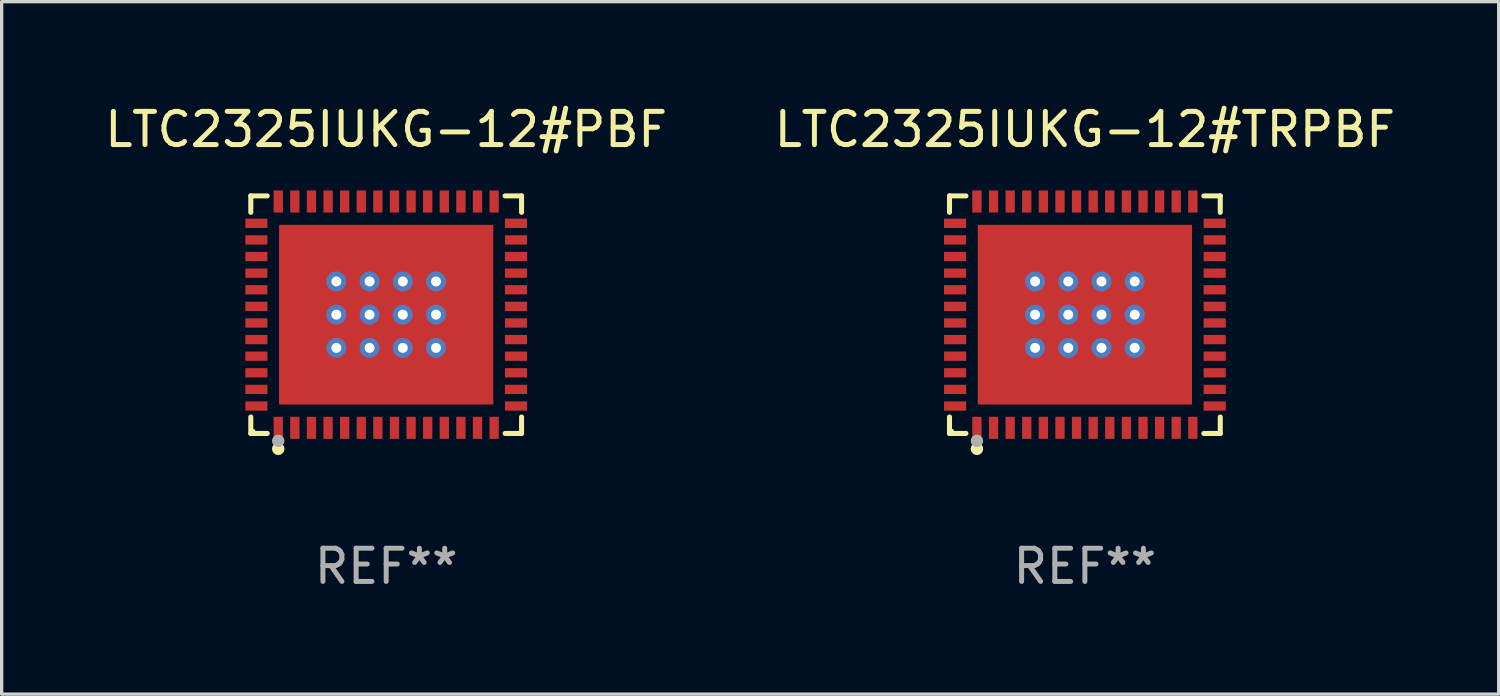
<source format=kicad_pcb>
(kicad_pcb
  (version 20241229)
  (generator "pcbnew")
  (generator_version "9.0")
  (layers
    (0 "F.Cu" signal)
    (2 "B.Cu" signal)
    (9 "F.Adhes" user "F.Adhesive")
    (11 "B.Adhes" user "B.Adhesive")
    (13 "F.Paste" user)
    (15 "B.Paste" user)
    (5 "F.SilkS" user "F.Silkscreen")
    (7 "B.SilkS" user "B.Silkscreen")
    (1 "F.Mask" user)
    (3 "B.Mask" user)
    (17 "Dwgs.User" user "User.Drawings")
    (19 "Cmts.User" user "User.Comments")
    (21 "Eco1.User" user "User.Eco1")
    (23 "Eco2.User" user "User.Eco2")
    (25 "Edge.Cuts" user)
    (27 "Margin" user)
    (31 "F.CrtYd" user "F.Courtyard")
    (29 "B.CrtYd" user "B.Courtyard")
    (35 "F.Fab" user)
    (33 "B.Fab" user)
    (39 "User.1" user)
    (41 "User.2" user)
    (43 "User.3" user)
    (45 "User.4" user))
  (footprint "LTC2325IUKG-12#TRPBF"
    (layer "F.Cu")
    (at 29.613 6.424)
    (property "Reference" "LTC2325IUKG-12#TRPBF" (at 0 -5.576 0) (layer "F.SilkS") (effects (font (size 1 1) (thickness 0.15))))
    (attr through_hole)
    (fp_line (start -4.076 -3.576) (end -3.581 -3.576) (stroke (width 0.152) (type solid)) (layer "F.SilkS"))
    (fp_line (start -4.076 -3.081) (end -4.076 -3.576) (stroke (width 0.152) (type solid)) (layer "F.SilkS"))
    (fp_line (start -4.076 3.081) (end -4.076 3.576) (stroke (width 0.152) (type solid)) (layer "F.SilkS"))
    (fp_line (start -4.076 3.576) (end -3.581 3.576) (stroke (width 0.152) (type solid)) (layer "F.SilkS"))
    (fp_line (start 4.076 -3.576) (end 3.581 -3.576) (stroke (width 0.152) (type solid)) (layer "F.SilkS"))
    (fp_line (start 4.076 -3.081) (end 4.076 -3.576) (stroke (width 0.152) (type solid)) (layer "F.SilkS"))
    (fp_line (start 4.076 3.081) (end 4.076 3.576) (stroke (width 0.152) (type solid)) (layer "F.SilkS"))
    (fp_line (start 4.076 3.576) (end 3.581 3.576) (stroke (width 0.152) (type solid)) (layer "F.SilkS"))
    (fp_circle (center -4 3.5) (end -3.97 3.5) (stroke (width 0.06) (type solid)) (fill no) (layer "F.SilkS"))
    (fp_circle (center -3.25 4.04) (end -3.156 4.04) (stroke (width 0.188) (type solid)) (fill no) (layer "F.SilkS"))
    (fp_circle (center -3.25 3.8) (end -3.156 3.8) (stroke (width 0.188) (type solid)) (fill no) (layer "F.Fab"))
    (fp_text user "REF**" (at 0 7.576 0) (layer "F.Fab") (effects (font (size 1 1) (thickness 0.15))))
    (pad "1" smd rect (at -3.25 3.407) (size 0.28 0.665) (layers "F.Cu" "F.Mask" "F.Paste"))
    (pad "2" smd rect (at -2.75 3.407) (size 0.28 0.665) (layers "F.Cu" "F.Mask" "F.Paste"))
    (pad "3" smd rect (at -2.25 3.407) (size 0.28 0.665) (layers "F.Cu" "F.Mask" "F.Paste"))
    (pad "4" smd rect (at -1.75 3.407) (size 0.28 0.665) (layers "F.Cu" "F.Mask" "F.Paste"))
    (pad "5" smd rect (at -1.25 3.407) (size 0.28 0.665) (layers "F.Cu" "F.Mask" "F.Paste"))
    (pad "6" smd rect (at -0.75 3.407) (size 0.28 0.665) (layers "F.Cu" "F.Mask" "F.Paste"))
    (pad "7" smd rect (at -0.25 3.407) (size 0.28 0.665) (layers "F.Cu" "F.Mask" "F.Paste"))
    (pad "8" smd rect (at 0.25 3.407) (size 0.28 0.665) (layers "F.Cu" "F.Mask" "F.Paste"))
    (pad "9" smd rect (at 0.75 3.407) (size 0.28 0.665) (layers "F.Cu" "F.Mask" "F.Paste"))
    (pad "10" smd rect (at 1.25 3.407) (size 0.28 0.665) (layers "F.Cu" "F.Mask" "F.Paste"))
    (pad "11" smd rect (at 1.75 3.407) (size 0.28 0.665) (layers "F.Cu" "F.Mask" "F.Paste"))
    (pad "12" smd rect (at 2.25 3.407) (size 0.28 0.665) (layers "F.Cu" "F.Mask" "F.Paste"))
    (pad "13" smd rect (at 2.75 3.407) (size 0.28 0.665) (layers "F.Cu" "F.Mask" "F.Paste"))
    (pad "14" smd rect (at 3.25 3.407) (size 0.28 0.665) (layers "F.Cu" "F.Mask" "F.Paste"))
    (pad "15" smd rect (at 3.908 2.75) (size 0.665 0.28) (layers "F.Cu" "F.Mask" "F.Paste"))
    (pad "16" smd rect (at 3.908 2.25) (size 0.665 0.28) (layers "F.Cu" "F.Mask" "F.Paste"))
    (pad "17" smd rect (at 3.908 1.75) (size 0.665 0.28) (layers "F.Cu" "F.Mask" "F.Paste"))
    (pad "18" smd rect (at 3.908 1.25) (size 0.665 0.28) (layers "F.Cu" "F.Mask" "F.Paste"))
    (pad "19" smd rect (at 3.908 0.75) (size 0.665 0.28) (layers "F.Cu" "F.Mask" "F.Paste"))
    (pad "20" smd rect (at 3.908 0.25) (size 0.665 0.28) (layers "F.Cu" "F.Mask" "F.Paste"))
    (pad "21" smd rect (at 3.908 -0.25) (size 0.665 0.28) (layers "F.Cu" "F.Mask" "F.Paste"))
    (pad "22" smd rect (at 3.908 -0.75) (size 0.665 0.28) (layers "F.Cu" "F.Mask" "F.Paste"))
    (pad "23" smd rect (at 3.908 -1.25) (size 0.665 0.28) (layers "F.Cu" "F.Mask" "F.Paste"))
    (pad "24" smd rect (at 3.908 -1.75) (size 0.665 0.28) (layers "F.Cu" "F.Mask" "F.Paste"))
    (pad "25" smd rect (at 3.908 -2.25) (size 0.665 0.28) (layers "F.Cu" "F.Mask" "F.Paste"))
    (pad "26" smd rect (at 3.908 -2.75) (size 0.665 0.28) (layers "F.Cu" "F.Mask" "F.Paste"))
    (pad "27" smd rect (at 3.25 -3.407) (size 0.28 0.665) (layers "F.Cu" "F.Mask" "F.Paste"))
    (pad "28" smd rect (at 2.75 -3.407) (size 0.28 0.665) (layers "F.Cu" "F.Mask" "F.Paste"))
    (pad "29" smd rect (at 2.25 -3.407) (size 0.28 0.665) (layers "F.Cu" "F.Mask" "F.Paste"))
    (pad "30" smd rect (at 1.75 -3.407) (size 0.28 0.665) (layers "F.Cu" "F.Mask" "F.Paste"))
    (pad "31" smd rect (at 1.25 -3.407) (size 0.28 0.665) (layers "F.Cu" "F.Mask" "F.Paste"))
    (pad "32" smd rect (at 0.75 -3.407) (size 0.28 0.665) (layers "F.Cu" "F.Mask" "F.Paste"))
    (pad "33" smd rect (at 0.25 -3.407) (size 0.28 0.665) (layers "F.Cu" "F.Mask" "F.Paste"))
    (pad "34" smd rect (at -0.25 -3.407) (size 0.28 0.665) (layers "F.Cu" "F.Mask" "F.Paste"))
    (pad "35" smd rect (at -0.75 -3.407) (size 0.28 0.665) (layers "F.Cu" "F.Mask" "F.Paste"))
    (pad "36" smd rect (at -1.25 -3.407) (size 0.28 0.665) (layers "F.Cu" "F.Mask" "F.Paste"))
    (pad "37" smd rect (at -1.75 -3.407) (size 0.28 0.665) (layers "F.Cu" "F.Mask" "F.Paste"))
    (pad "38" smd rect (at -2.25 -3.407) (size 0.28 0.665) (layers "F.Cu" "F.Mask" "F.Paste"))
    (pad "39" smd rect (at -2.75 -3.407) (size 0.28 0.665) (layers "F.Cu" "F.Mask" "F.Paste"))
    (pad "40" smd rect (at -3.25 -3.407) (size 0.28 0.665) (layers "F.Cu" "F.Mask" "F.Paste"))
    (pad "41" smd rect (at -3.908 -2.75) (size 0.665 0.28) (layers "F.Cu" "F.Mask" "F.Paste"))
    (pad "42" smd rect (at -3.908 -2.25) (size 0.665 0.28) (layers "F.Cu" "F.Mask" "F.Paste"))
    (pad "43" smd rect (at -3.908 -1.75) (size 0.665 0.28) (layers "F.Cu" "F.Mask" "F.Paste"))
    (pad "44" smd rect (at -3.908 -1.25) (size 0.665 0.28) (layers "F.Cu" "F.Mask" "F.Paste"))
    (pad "45" smd rect (at -3.908 -0.75) (size 0.665 0.28) (layers "F.Cu" "F.Mask" "F.Paste"))
    (pad "46" smd rect (at -3.908 -0.25) (size 0.665 0.28) (layers "F.Cu" "F.Mask" "F.Paste"))
    (pad "47" smd rect (at -3.908 0.25) (size 0.665 0.28) (layers "F.Cu" "F.Mask" "F.Paste"))
    (pad "48" smd rect (at -3.908 0.75) (size 0.665 0.28) (layers "F.Cu" "F.Mask" "F.Paste"))
    (pad "49" smd rect (at -3.908 1.25) (size 0.665 0.28) (layers "F.Cu" "F.Mask" "F.Paste"))
    (pad "50" smd rect (at -3.908 1.75) (size 0.665 0.28) (layers "F.Cu" "F.Mask" "F.Paste"))
    (pad "51" smd rect (at -3.908 2.25) (size 0.665 0.28) (layers "F.Cu" "F.Mask" "F.Paste"))
    (pad "52" smd rect (at -3.908 2.75) (size 0.665 0.28) (layers "F.Cu" "F.Mask" "F.Paste"))
    (pad "53" thru_hole circle (at -1.5 -1) (size 0.6 0.6) (drill 0.3) (layers "*.Cu" "*.Mask"))
    (pad "53" thru_hole circle (at -1.5 0) (size 0.6 0.6) (drill 0.3) (layers "*.Cu" "*.Mask"))
    (pad "53" thru_hole circle (at -1.5 1) (size 0.6 0.6) (drill 0.3) (layers "*.Cu" "*.Mask"))
    (pad "53" thru_hole circle (at -0.5 -1) (size 0.6 0.6) (drill 0.3) (layers "*.Cu" "*.Mask"))
    (pad "53" thru_hole circle (at -0.5 0) (size 0.6 0.6) (drill 0.3) (layers "*.Cu" "*.Mask"))
    (pad "53" thru_hole circle (at -0.5 1) (size 0.6 0.6) (drill 0.3) (layers "*.Cu" "*.Mask"))
    (pad "53" smd rect (at 0 0) (size 6.45 5.41) (layers "F.Cu" "F.Mask" "F.Paste"))
    (pad "53" thru_hole circle (at 0.5 -1) (size 0.6 0.6) (drill 0.3) (layers "*.Cu" "*.Mask"))
    (pad "53" thru_hole circle (at 0.5 0) (size 0.6 0.6) (drill 0.3) (layers "*.Cu" "*.Mask"))
    (pad "53" thru_hole circle (at 0.5 1) (size 0.6 0.6) (drill 0.3) (layers "*.Cu" "*.Mask"))
    (pad "53" thru_hole circle (at 1.5 -1) (size 0.6 0.6) (drill 0.3) (layers "*.Cu" "*.Mask"))
    (pad "53" thru_hole circle (at 1.5 0) (size 0.6 0.6) (drill 0.3) (layers "*.Cu" "*.Mask"))
    (pad "53" thru_hole circle (at 1.5 1) (size 0.6 0.6) (drill 0.3) (layers "*.Cu" "*.Mask")))
  (footprint "LTC2325IUKG-12#PBF"
    (layer "F.Cu")
    (at 8.577 6.424)
    (property "Reference" "LTC2325IUKG-12#PBF" (at 0 -5.576 0) (layer "F.SilkS") (effects (font (size 1 1) (thickness 0.15))))
    (attr through_hole)
    (fp_line (start -4.076 -3.576) (end -3.581 -3.576) (stroke (width 0.152) (type solid)) (layer "F.SilkS"))
    (fp_line (start -4.076 -3.081) (end -4.076 -3.576) (stroke (width 0.152) (type solid)) (layer "F.SilkS"))
    (fp_line (start -4.076 3.081) (end -4.076 3.576) (stroke (width 0.152) (type solid)) (layer "F.SilkS"))
    (fp_line (start -4.076 3.576) (end -3.581 3.576) (stroke (width 0.152) (type solid)) (layer "F.SilkS"))
    (fp_line (start 4.076 -3.576) (end 3.581 -3.576) (stroke (width 0.152) (type solid)) (layer "F.SilkS"))
    (fp_line (start 4.076 -3.081) (end 4.076 -3.576) (stroke (width 0.152) (type solid)) (layer "F.SilkS"))
    (fp_line (start 4.076 3.081) (end 4.076 3.576) (stroke (width 0.152) (type solid)) (layer "F.SilkS"))
    (fp_line (start 4.076 3.576) (end 3.581 3.576) (stroke (width 0.152) (type solid)) (layer "F.SilkS"))
    (fp_circle (center -4 3.5) (end -3.97 3.5) (stroke (width 0.06) (type solid)) (fill no) (layer "F.SilkS"))
    (fp_circle (center -3.25 4.04) (end -3.156 4.04) (stroke (width 0.188) (type solid)) (fill no) (layer "F.SilkS"))
    (fp_circle (center -3.25 3.8) (end -3.156 3.8) (stroke (width 0.188) (type solid)) (fill no) (layer "F.Fab"))
    (fp_text user "REF**" (at 0 7.576 0) (layer "F.Fab") (effects (font (size 1 1) (thickness 0.15))))
    (pad "1" smd rect (at -3.25 3.407) (size 0.28 0.665) (layers "F.Cu" "F.Mask" "F.Paste"))
    (pad "2" smd rect (at -2.75 3.407) (size 0.28 0.665) (layers "F.Cu" "F.Mask" "F.Paste"))
    (pad "3" smd rect (at -2.25 3.407) (size 0.28 0.665) (layers "F.Cu" "F.Mask" "F.Paste"))
    (pad "4" smd rect (at -1.75 3.407) (size 0.28 0.665) (layers "F.Cu" "F.Mask" "F.Paste"))
    (pad "5" smd rect (at -1.25 3.407) (size 0.28 0.665) (layers "F.Cu" "F.Mask" "F.Paste"))
    (pad "6" smd rect (at -0.75 3.407) (size 0.28 0.665) (layers "F.Cu" "F.Mask" "F.Paste"))
    (pad "7" smd rect (at -0.25 3.407) (size 0.28 0.665) (layers "F.Cu" "F.Mask" "F.Paste"))
    (pad "8" smd rect (at 0.25 3.407) (size 0.28 0.665) (layers "F.Cu" "F.Mask" "F.Paste"))
    (pad "9" smd rect (at 0.75 3.407) (size 0.28 0.665) (layers "F.Cu" "F.Mask" "F.Paste"))
    (pad "10" smd rect (at 1.25 3.407) (size 0.28 0.665) (layers "F.Cu" "F.Mask" "F.Paste"))
    (pad "11" smd rect (at 1.75 3.407) (size 0.28 0.665) (layers "F.Cu" "F.Mask" "F.Paste"))
    (pad "12" smd rect (at 2.25 3.407) (size 0.28 0.665) (layers "F.Cu" "F.Mask" "F.Paste"))
    (pad "13" smd rect (at 2.75 3.407) (size 0.28 0.665) (layers "F.Cu" "F.Mask" "F.Paste"))
    (pad "14" smd rect (at 3.25 3.407) (size 0.28 0.665) (layers "F.Cu" "F.Mask" "F.Paste"))
    (pad "15" smd rect (at 3.908 2.75) (size 0.665 0.28) (layers "F.Cu" "F.Mask" "F.Paste"))
    (pad "16" smd rect (at 3.908 2.25) (size 0.665 0.28) (layers "F.Cu" "F.Mask" "F.Paste"))
    (pad "17" smd rect (at 3.908 1.75) (size 0.665 0.28) (layers "F.Cu" "F.Mask" "F.Paste"))
    (pad "18" smd rect (at 3.908 1.25) (size 0.665 0.28) (layers "F.Cu" "F.Mask" "F.Paste"))
    (pad "19" smd rect (at 3.908 0.75) (size 0.665 0.28) (layers "F.Cu" "F.Mask" "F.Paste"))
    (pad "20" smd rect (at 3.908 0.25) (size 0.665 0.28) (layers "F.Cu" "F.Mask" "F.Paste"))
    (pad "21" smd rect (at 3.908 -0.25) (size 0.665 0.28) (layers "F.Cu" "F.Mask" "F.Paste"))
    (pad "22" smd rect (at 3.908 -0.75) (size 0.665 0.28) (layers "F.Cu" "F.Mask" "F.Paste"))
    (pad "23" smd rect (at 3.908 -1.25) (size 0.665 0.28) (layers "F.Cu" "F.Mask" "F.Paste"))
    (pad "24" smd rect (at 3.908 -1.75) (size 0.665 0.28) (layers "F.Cu" "F.Mask" "F.Paste"))
    (pad "25" smd rect (at 3.908 -2.25) (size 0.665 0.28) (layers "F.Cu" "F.Mask" "F.Paste"))
    (pad "26" smd rect (at 3.908 -2.75) (size 0.665 0.28) (layers "F.Cu" "F.Mask" "F.Paste"))
    (pad "27" smd rect (at 3.25 -3.407) (size 0.28 0.665) (layers "F.Cu" "F.Mask" "F.Paste"))
    (pad "28" smd rect (at 2.75 -3.407) (size 0.28 0.665) (layers "F.Cu" "F.Mask" "F.Paste"))
    (pad "29" smd rect (at 2.25 -3.407) (size 0.28 0.665) (layers "F.Cu" "F.Mask" "F.Paste"))
    (pad "30" smd rect (at 1.75 -3.407) (size 0.28 0.665) (layers "F.Cu" "F.Mask" "F.Paste"))
    (pad "31" smd rect (at 1.25 -3.407) (size 0.28 0.665) (layers "F.Cu" "F.Mask" "F.Paste"))
    (pad "32" smd rect (at 0.75 -3.407) (size 0.28 0.665) (layers "F.Cu" "F.Mask" "F.Paste"))
    (pad "33" smd rect (at 0.25 -3.407) (size 0.28 0.665) (layers "F.Cu" "F.Mask" "F.Paste"))
    (pad "34" smd rect (at -0.25 -3.407) (size 0.28 0.665) (layers "F.Cu" "F.Mask" "F.Paste"))
    (pad "35" smd rect (at -0.75 -3.407) (size 0.28 0.665) (layers "F.Cu" "F.Mask" "F.Paste"))
    (pad "36" smd rect (at -1.25 -3.407) (size 0.28 0.665) (layers "F.Cu" "F.Mask" "F.Paste"))
    (pad "37" smd rect (at -1.75 -3.407) (size 0.28 0.665) (layers "F.Cu" "F.Mask" "F.Paste"))
    (pad "38" smd rect (at -2.25 -3.407) (size 0.28 0.665) (layers "F.Cu" "F.Mask" "F.Paste"))
    (pad "39" smd rect (at -2.75 -3.407) (size 0.28 0.665) (layers "F.Cu" "F.Mask" "F.Paste"))
    (pad "40" smd rect (at -3.25 -3.407) (size 0.28 0.665) (layers "F.Cu" "F.Mask" "F.Paste"))
    (pad "41" smd rect (at -3.908 -2.75) (size 0.665 0.28) (layers "F.Cu" "F.Mask" "F.Paste"))
    (pad "42" smd rect (at -3.908 -2.25) (size 0.665 0.28) (layers "F.Cu" "F.Mask" "F.Paste"))
    (pad "43" smd rect (at -3.908 -1.75) (size 0.665 0.28) (layers "F.Cu" "F.Mask" "F.Paste"))
    (pad "44" smd rect (at -3.908 -1.25) (size 0.665 0.28) (layers "F.Cu" "F.Mask" "F.Paste"))
    (pad "45" smd rect (at -3.908 -0.75) (size 0.665 0.28) (layers "F.Cu" "F.Mask" "F.Paste"))
    (pad "46" smd rect (at -3.908 -0.25) (size 0.665 0.28) (layers "F.Cu" "F.Mask" "F.Paste"))
    (pad "47" smd rect (at -3.908 0.25) (size 0.665 0.28) (layers "F.Cu" "F.Mask" "F.Paste"))
    (pad "48" smd rect (at -3.908 0.75) (size 0.665 0.28) (layers "F.Cu" "F.Mask" "F.Paste"))
    (pad "49" smd rect (at -3.908 1.25) (size 0.665 0.28) (layers "F.Cu" "F.Mask" "F.Paste"))
    (pad "50" smd rect (at -3.908 1.75) (size 0.665 0.28) (layers "F.Cu" "F.Mask" "F.Paste"))
    (pad "51" smd rect (at -3.908 2.25) (size 0.665 0.28) (layers "F.Cu" "F.Mask" "F.Paste"))
    (pad "52" smd rect (at -3.908 2.75) (size 0.665 0.28) (layers "F.Cu" "F.Mask" "F.Paste"))
    (pad "53" thru_hole circle (at -1.5 -1) (size 0.6 0.6) (drill 0.3) (layers "*.Cu" "*.Mask"))
    (pad "53" thru_hole circle (at -1.5 0) (size 0.6 0.6) (drill 0.3) (layers "*.Cu" "*.Mask"))
    (pad "53" thru_hole circle (at -1.5 1) (size 0.6 0.6) (drill 0.3) (layers "*.Cu" "*.Mask"))
    (pad "53" thru_hole circle (at -0.5 -1) (size 0.6 0.6) (drill 0.3) (layers "*.Cu" "*.Mask"))
    (pad "53" thru_hole circle (at -0.5 0) (size 0.6 0.6) (drill 0.3) (layers "*.Cu" "*.Mask"))
    (pad "53" thru_hole circle (at -0.5 1) (size 0.6 0.6) (drill 0.3) (layers "*.Cu" "*.Mask"))
    (pad "53" smd rect (at 0 0) (size 6.45 5.41) (layers "F.Cu" "F.Mask" "F.Paste"))
    (pad "53" thru_hole circle (at 0.5 -1) (size 0.6 0.6) (drill 0.3) (layers "*.Cu" "*.Mask"))
    (pad "53" thru_hole circle (at 0.5 0) (size 0.6 0.6) (drill 0.3) (layers "*.Cu" "*.Mask"))
    (pad "53" thru_hole circle (at 0.5 1) (size 0.6 0.6) (drill 0.3) (layers "*.Cu" "*.Mask"))
    (pad "53" thru_hole circle (at 1.5 -1) (size 0.6 0.6) (drill 0.3) (layers "*.Cu" "*.Mask"))
    (pad "53" thru_hole circle (at 1.5 0) (size 0.6 0.6) (drill 0.3) (layers "*.Cu" "*.Mask"))
    (pad "53" thru_hole circle (at 1.5 1) (size 0.6 0.6) (drill 0.3) (layers "*.Cu" "*.Mask")))
  (gr_rect
    (start -3 -3)
    (end 42.071 17.849)
    (stroke (width 0.1) (type default))
    (fill no)
    (layer "Edge.Cuts")))
</source>
